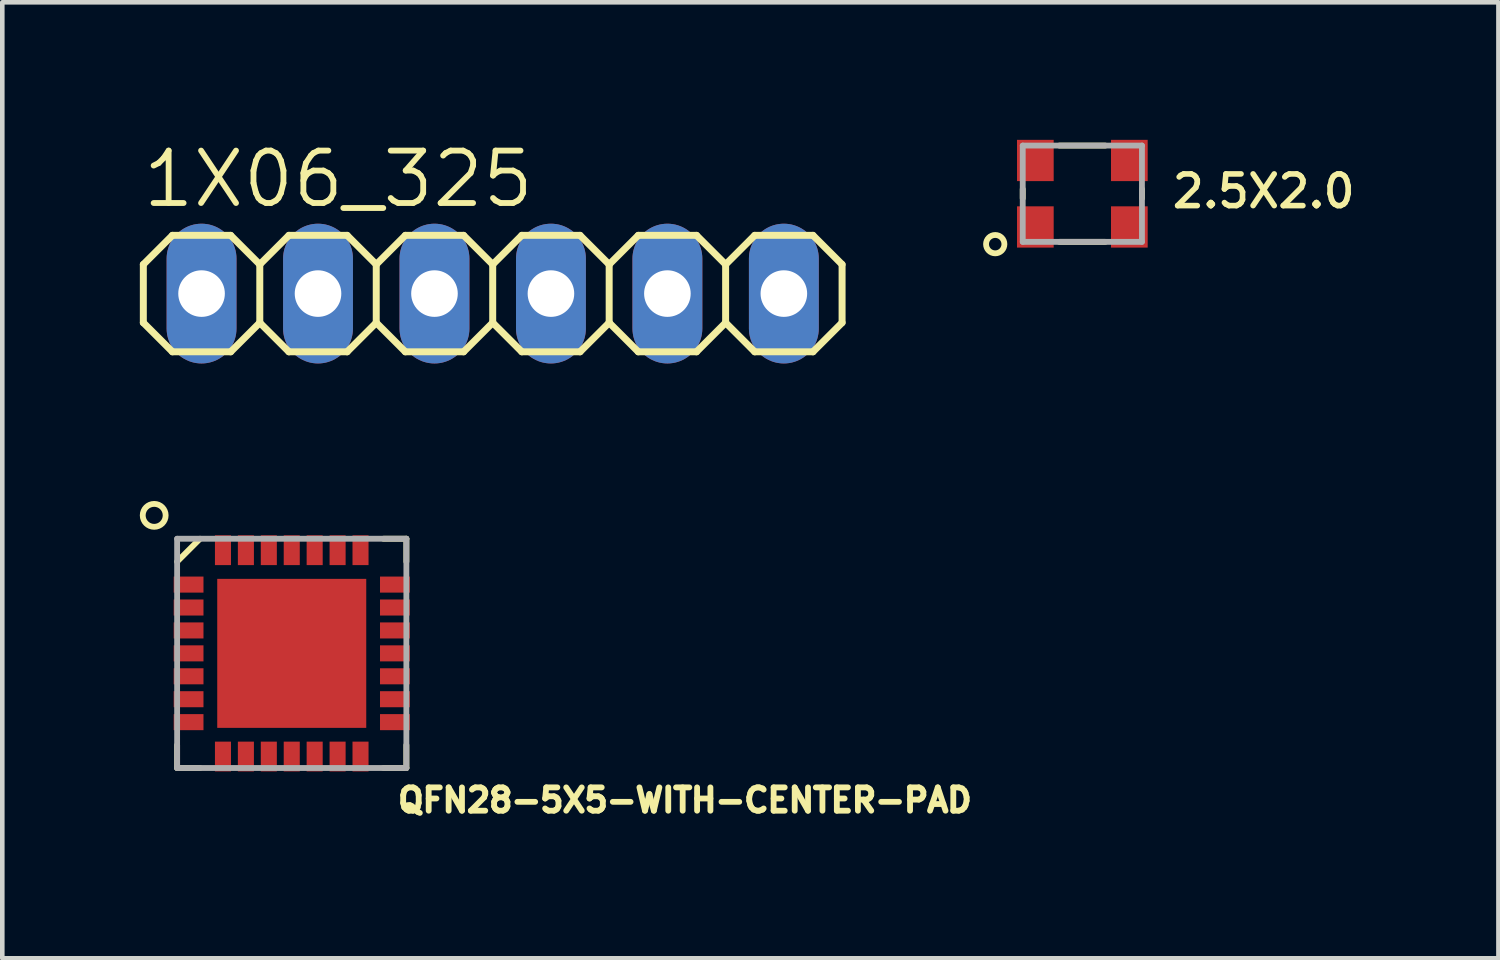
<source format=kicad_pcb>
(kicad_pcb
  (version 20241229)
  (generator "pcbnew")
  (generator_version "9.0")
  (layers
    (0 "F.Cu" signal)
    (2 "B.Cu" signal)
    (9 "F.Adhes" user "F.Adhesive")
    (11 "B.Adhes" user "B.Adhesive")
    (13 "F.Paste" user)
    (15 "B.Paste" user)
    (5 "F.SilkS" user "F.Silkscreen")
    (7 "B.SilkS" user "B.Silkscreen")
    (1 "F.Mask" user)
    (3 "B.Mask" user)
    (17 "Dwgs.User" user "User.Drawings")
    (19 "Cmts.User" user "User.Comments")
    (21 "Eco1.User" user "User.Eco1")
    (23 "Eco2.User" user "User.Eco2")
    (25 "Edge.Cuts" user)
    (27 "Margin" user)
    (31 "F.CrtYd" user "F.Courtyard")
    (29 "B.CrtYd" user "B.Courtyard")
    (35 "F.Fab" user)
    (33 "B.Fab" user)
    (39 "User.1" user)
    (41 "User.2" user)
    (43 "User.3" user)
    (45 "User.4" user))
  (footprint "QFN28-5X5-WITH-CENTER-PAD"
    (layer "F.Cu")
    (at 3.313 11.2)
    (property "Reference" "QFN28-5X5-WITH-CENTER-PAD" (at 2.25 3.5 0) (unlocked yes) (layer "F.SilkS") (effects (font (size 0.508 0.508) (thickness 0.127)) (justify left bottom)))
    (fp_line (start -2.5 -2) (end -2 -2.5) (stroke (width 0.127) (type solid)) (layer "F.SilkS"))
    (fp_line (start -2.5 2) (end -2.5 2.5) (stroke (width 0.127) (type solid)) (layer "F.SilkS"))
    (fp_line (start -2.5 2.5) (end -2 2.5) (stroke (width 0.127) (type solid)) (layer "F.SilkS"))
    (fp_line (start 2 -2.5) (end 2.5 -2.5) (stroke (width 0.127) (type solid)) (layer "F.SilkS"))
    (fp_line (start 2 2.5) (end 2.5 2.5) (stroke (width 0.127) (type solid)) (layer "F.SilkS"))
    (fp_line (start 2.5 -2.5) (end 2.5 -2) (stroke (width 0.127) (type solid)) (layer "F.SilkS"))
    (fp_line (start 2.5 2.5) (end 2.5 2) (stroke (width 0.127) (type solid)) (layer "F.SilkS"))
    (fp_circle (center -3 -3.01) (end -2.75 -3.01) (stroke (width 0.127) (type solid)) (fill no) (layer "F.SilkS"))
    (fp_poly (pts (xy -2.5 -1.35) (xy -2 -1.35) (xy -2 -1.65) (xy -2.5 -1.65)) (stroke (width 0) (type default)) (fill yes) (layer "F.Paste"))
    (fp_poly (pts (xy -2.5 -1.35) (xy -2 -1.35) (xy -2 -1.65) (xy -2.5 -1.65)) (stroke (width 0) (type default)) (fill yes) (layer "F.Paste"))
    (fp_poly (pts (xy -2.5 -0.85) (xy -2 -0.85) (xy -2 -1.15) (xy -2.5 -1.15)) (stroke (width 0) (type default)) (fill yes) (layer "F.Paste"))
    (fp_poly (pts (xy -2.5 -0.35) (xy -2 -0.35) (xy -2 -0.65) (xy -2.5 -0.65)) (stroke (width 0) (type default)) (fill yes) (layer "F.Paste"))
    (fp_poly (pts (xy -2.5 0.15) (xy -2 0.15) (xy -2 -0.15) (xy -2.5 -0.15)) (stroke (width 0) (type default)) (fill yes) (layer "F.Paste"))
    (fp_poly (pts (xy -2.5 0.65) (xy -2 0.65) (xy -2 0.35) (xy -2.5 0.35)) (stroke (width 0) (type default)) (fill yes) (layer "F.Paste"))
    (fp_poly (pts (xy -2.5 1.15) (xy -2 1.15) (xy -2 0.85) (xy -2.5 0.85)) (stroke (width 0) (type default)) (fill yes) (layer "F.Paste"))
    (fp_poly (pts (xy -2.5 1.65) (xy -2 1.65) (xy -2 1.35) (xy -2.5 1.35)) (stroke (width 0) (type default)) (fill yes) (layer "F.Paste"))
    (fp_poly (pts (xy -1.5 -0.6) (xy -0.6 -0.6) (xy -0.6 -1.5) (xy -1.5 -1.5)) (stroke (width 0) (type default)) (fill yes) (layer "F.Paste"))
    (fp_poly (pts (xy -1.5 1.5) (xy -0.6 1.5) (xy -0.6 0.6) (xy -1.5 0.6)) (stroke (width 0) (type default)) (fill yes) (layer "F.Paste"))
    (fp_poly (pts (xy -1.35 -2) (xy -1.35 -2.5) (xy -1.65 -2.5) (xy -1.65 -2)) (stroke (width 0) (type default)) (fill yes) (layer "F.Paste"))
    (fp_poly (pts (xy -1.35 2.5) (xy -1.35 2) (xy -1.65 2) (xy -1.65 2.5)) (stroke (width 0) (type default)) (fill yes) (layer "F.Paste"))
    (fp_poly (pts (xy -0.85 -2) (xy -0.85 -2.5) (xy -1.15 -2.5) (xy -1.15 -2)) (stroke (width 0) (type default)) (fill yes) (layer "F.Paste"))
    (fp_poly (pts (xy -0.85 2.5) (xy -0.85 2) (xy -1.15 2) (xy -1.15 2.5)) (stroke (width 0) (type default)) (fill yes) (layer "F.Paste"))
    (fp_poly (pts (xy -0.6 0.45) (xy -0.6 -0.45) (xy -1.5 -0.45) (xy -1.5 0.45)) (stroke (width 0) (type default)) (fill yes) (layer "F.Paste"))
    (fp_poly (pts (xy -0.45 -0.6) (xy 0.45 -0.6) (xy 0.45 -1.5) (xy -0.45 -1.5)) (stroke (width 0) (type default)) (fill yes) (layer "F.Paste"))
    (fp_poly (pts (xy -0.45 0.45) (xy 0.45 0.45) (xy 0.45 -0.45) (xy -0.45 -0.45)) (stroke (width 0) (type default)) (fill yes) (layer "F.Paste"))
    (fp_poly (pts (xy -0.35 -2) (xy -0.35 -2.5) (xy -0.65 -2.5) (xy -0.65 -2)) (stroke (width 0) (type default)) (fill yes) (layer "F.Paste"))
    (fp_poly (pts (xy -0.35 2.5) (xy -0.35 2) (xy -0.65 2) (xy -0.65 2.5)) (stroke (width 0) (type default)) (fill yes) (layer "F.Paste"))
    (fp_poly (pts (xy 0.15 -2) (xy 0.15 -2.5) (xy -0.15 -2.5) (xy -0.15 -2)) (stroke (width 0) (type default)) (fill yes) (layer "F.Paste"))
    (fp_poly (pts (xy 0.15 2.5) (xy 0.15 2) (xy -0.15 2) (xy -0.15 2.5)) (stroke (width 0) (type default)) (fill yes) (layer "F.Paste"))
    (fp_poly (pts (xy 0.45 0.6) (xy -0.45 0.6) (xy -0.45 1.5) (xy 0.45 1.5)) (stroke (width 0) (type default)) (fill yes) (layer "F.Paste"))
    (fp_poly (pts (xy 0.6 -0.6) (xy 1.5 -0.6) (xy 1.5 -1.5) (xy 0.6 -1.5)) (stroke (width 0) (type default)) (fill yes) (layer "F.Paste"))
    (fp_poly (pts (xy 0.6 -0.45) (xy 0.6 0.45) (xy 1.5 0.45) (xy 1.5 -0.45)) (stroke (width 0) (type default)) (fill yes) (layer "F.Paste"))
    (fp_poly (pts (xy 0.6 1.5) (xy 1.5 1.5) (xy 1.5 0.6) (xy 0.6 0.6)) (stroke (width 0) (type default)) (fill yes) (layer "F.Paste"))
    (fp_poly (pts (xy 0.65 -2) (xy 0.65 -2.5) (xy 0.35 -2.5) (xy 0.35 -2)) (stroke (width 0) (type default)) (fill yes) (layer "F.Paste"))
    (fp_poly (pts (xy 0.65 2.5) (xy 0.65 2) (xy 0.35 2) (xy 0.35 2.5)) (stroke (width 0) (type default)) (fill yes) (layer "F.Paste"))
    (fp_poly (pts (xy 1.15 -2) (xy 1.15 -2.5) (xy 0.85 -2.5) (xy 0.85 -2)) (stroke (width 0) (type default)) (fill yes) (layer "F.Paste"))
    (fp_poly (pts (xy 1.15 2.5) (xy 1.15 2) (xy 0.85 2) (xy 0.85 2.5)) (stroke (width 0) (type default)) (fill yes) (layer "F.Paste"))
    (fp_poly (pts (xy 1.65 -2) (xy 1.65 -2.5) (xy 1.35 -2.5) (xy 1.35 -2)) (stroke (width 0) (type default)) (fill yes) (layer "F.Paste"))
    (fp_poly (pts (xy 1.65 2.5) (xy 1.65 2) (xy 1.35 2) (xy 1.35 2.5)) (stroke (width 0) (type default)) (fill yes) (layer "F.Paste"))
    (fp_poly (pts (xy 2.5 -1.65) (xy 2 -1.65) (xy 2 -1.35) (xy 2.5 -1.35)) (stroke (width 0) (type default)) (fill yes) (layer "F.Paste"))
    (fp_poly (pts (xy 2.5 -1.15) (xy 2 -1.15) (xy 2 -0.85) (xy 2.5 -0.85)) (stroke (width 0) (type default)) (fill yes) (layer "F.Paste"))
    (fp_poly (pts (xy 2.5 -0.65) (xy 2 -0.65) (xy 2 -0.35) (xy 2.5 -0.35)) (stroke (width 0) (type default)) (fill yes) (layer "F.Paste"))
    (fp_poly (pts (xy 2.5 -0.15) (xy 2 -0.15) (xy 2 0.15) (xy 2.5 0.15)) (stroke (width 0) (type default)) (fill yes) (layer "F.Paste"))
    (fp_poly (pts (xy 2.5 0.35) (xy 2 0.35) (xy 2 0.65) (xy 2.5 0.65)) (stroke (width 0) (type default)) (fill yes) (layer "F.Paste"))
    (fp_poly (pts (xy 2.5 0.85) (xy 2 0.85) (xy 2 1.15) (xy 2.5 1.15)) (stroke (width 0) (type default)) (fill yes) (layer "F.Paste"))
    (fp_poly (pts (xy 2.5 1.35) (xy 2 1.35) (xy 2 1.65) (xy 2.5 1.65)) (stroke (width 0) (type default)) (fill yes) (layer "F.Paste"))
    (fp_line (start -2.5 -2.5) (end -2.5 2.5) (stroke (width 0.127) (type solid)) (layer "F.Fab"))
    (fp_line (start -2.5 2.5) (end 2.5 2.5) (stroke (width 0.127) (type solid)) (layer "F.Fab"))
    (fp_line (start 2.5 -2.5) (end -2.5 -2.5) (stroke (width 0.127) (type solid)) (layer "F.Fab"))
    (fp_line (start 2.5 2.5) (end 2.5 -2.5) (stroke (width 0.127) (type solid)) (layer "F.Fab"))
    (pad "1" smd rect (at -2.25 -1.5 90) (size 0.35 0.65) (layers "F.Cu" "F.Mask"))
    (pad "2" smd rect (at -2.25 -1 90) (size 0.35 0.65) (layers "F.Cu" "F.Mask"))
    (pad "3" smd rect (at -2.25 -0.5 90) (size 0.35 0.65) (layers "F.Cu" "F.Mask"))
    (pad "4" smd rect (at -2.25 0 90) (size 0.35 0.65) (layers "F.Cu" "F.Mask"))
    (pad "5" smd rect (at -2.25 0.5 90) (size 0.35 0.65) (layers "F.Cu" "F.Mask"))
    (pad "6" smd rect (at -2.25 1 90) (size 0.35 0.65) (layers "F.Cu" "F.Mask"))
    (pad "7" smd rect (at -2.25 1.5 90) (size 0.35 0.65) (layers "F.Cu" "F.Mask"))
    (pad "8" smd rect (at -1.5 2.25 180) (size 0.35 0.65) (layers "F.Cu" "F.Mask"))
    (pad "9" smd rect (at -1 2.25 180) (size 0.35 0.65) (layers "F.Cu" "F.Mask"))
    (pad "10" smd rect (at -0.5 2.25 180) (size 0.35 0.65) (layers "F.Cu" "F.Mask"))
    (pad "11" smd rect (at 0 2.25 180) (size 0.35 0.65) (layers "F.Cu" "F.Mask"))
    (pad "12" smd rect (at 0.5 2.25 180) (size 0.35 0.65) (layers "F.Cu" "F.Mask"))
    (pad "13" smd rect (at 1 2.25 180) (size 0.35 0.65) (layers "F.Cu" "F.Mask"))
    (pad "14" smd rect (at 1.5 2.25 180) (size 0.35 0.65) (layers "F.Cu" "F.Mask"))
    (pad "15" smd rect (at 2.25 1.5 270) (size 0.35 0.65) (layers "F.Cu" "F.Mask"))
    (pad "16" smd rect (at 2.25 1 270) (size 0.35 0.65) (layers "F.Cu" "F.Mask"))
    (pad "17" smd rect (at 2.25 0.5 270) (size 0.35 0.65) (layers "F.Cu" "F.Mask"))
    (pad "18" smd rect (at 2.25 0 270) (size 0.35 0.65) (layers "F.Cu" "F.Mask"))
    (pad "19" smd rect (at 2.25 -0.5 270) (size 0.35 0.65) (layers "F.Cu" "F.Mask"))
    (pad "20" smd rect (at 2.25 -1 270) (size 0.35 0.65) (layers "F.Cu" "F.Mask"))
    (pad "21" smd rect (at 2.25 -1.5 270) (size 0.35 0.65) (layers "F.Cu" "F.Mask"))
    (pad "22" smd rect (at 1.5 -2.25 180) (size 0.35 0.65) (layers "F.Cu" "F.Mask"))
    (pad "23" smd rect (at 1 -2.25 180) (size 0.35 0.65) (layers "F.Cu" "F.Mask"))
    (pad "24" smd rect (at 0.5 -2.25 180) (size 0.35 0.65) (layers "F.Cu" "F.Mask"))
    (pad "25" smd rect (at 0 -2.25 180) (size 0.35 0.65) (layers "F.Cu" "F.Mask"))
    (pad "26" smd rect (at -0.5 -2.25 180) (size 0.35 0.65) (layers "F.Cu" "F.Mask"))
    (pad "27" smd rect (at -1 -2.25 180) (size 0.35 0.65) (layers "F.Cu" "F.Mask"))
    (pad "28" smd rect (at -1.5 -2.25 180) (size 0.35 0.65) (layers "F.Cu" "F.Mask"))
    (pad "PAD" smd rect (at 0 0) (size 3.25 3.25) (layers "F.Cu" "F.Mask")))
  (footprint "1X06_325"
    (layer "F.Cu")
    (at 7.696 3.353)
    (property "Reference" "1X06_325" (at -7.696 -1.829 0) (unlocked yes) (layer "F.SilkS") (effects (font (size 1.143 1.143) (thickness 0.127)) (justify left bottom)))
    (fp_line (start -7.62 -0.635) (end -7.62 0.635) (stroke (width 0.152) (type solid)) (layer "F.SilkS"))
    (fp_line (start -7.62 0.635) (end -6.985 1.27) (stroke (width 0.152) (type solid)) (layer "F.SilkS"))
    (fp_line (start -6.985 -1.27) (end -7.62 -0.635) (stroke (width 0.152) (type solid)) (layer "F.SilkS"))
    (fp_line (start -6.985 -1.27) (end -5.715 -1.27) (stroke (width 0.152) (type solid)) (layer "F.SilkS"))
    (fp_line (start -5.715 -1.27) (end -5.08 -0.635) (stroke (width 0.152) (type solid)) (layer "F.SilkS"))
    (fp_line (start -5.715 1.27) (end -6.985 1.27) (stroke (width 0.152) (type solid)) (layer "F.SilkS"))
    (fp_line (start -5.08 -0.635) (end -5.08 0.635) (stroke (width 0.152) (type solid)) (layer "F.SilkS"))
    (fp_line (start -5.08 -0.635) (end -4.445 -1.27) (stroke (width 0.152) (type solid)) (layer "F.SilkS"))
    (fp_line (start -5.08 0.635) (end -5.715 1.27) (stroke (width 0.152) (type solid)) (layer "F.SilkS"))
    (fp_line (start -4.445 -1.27) (end -3.175 -1.27) (stroke (width 0.152) (type solid)) (layer "F.SilkS"))
    (fp_line (start -4.445 1.27) (end -5.08 0.635) (stroke (width 0.152) (type solid)) (layer "F.SilkS"))
    (fp_line (start -3.175 -1.27) (end -2.54 -0.635) (stroke (width 0.152) (type solid)) (layer "F.SilkS"))
    (fp_line (start -3.175 1.27) (end -4.445 1.27) (stroke (width 0.152) (type solid)) (layer "F.SilkS"))
    (fp_line (start -2.54 -0.635) (end -2.54 0.635) (stroke (width 0.152) (type solid)) (layer "F.SilkS"))
    (fp_line (start -2.54 -0.635) (end -1.905 -1.27) (stroke (width 0.152) (type solid)) (layer "F.SilkS"))
    (fp_line (start -2.54 0.635) (end -3.175 1.27) (stroke (width 0.152) (type solid)) (layer "F.SilkS"))
    (fp_line (start -1.905 -1.27) (end -0.635 -1.27) (stroke (width 0.152) (type solid)) (layer "F.SilkS"))
    (fp_line (start -1.905 1.27) (end -2.54 0.635) (stroke (width 0.152) (type solid)) (layer "F.SilkS"))
    (fp_line (start -0.635 -1.27) (end 0 -0.635) (stroke (width 0.152) (type solid)) (layer "F.SilkS"))
    (fp_line (start -0.635 1.27) (end -1.905 1.27) (stroke (width 0.152) (type solid)) (layer "F.SilkS"))
    (fp_line (start 0 -0.635) (end 0 0.635) (stroke (width 0.152) (type solid)) (layer "F.SilkS"))
    (fp_line (start 0 0.635) (end -0.635 1.27) (stroke (width 0.152) (type solid)) (layer "F.SilkS"))
    (fp_line (start 0 0.635) (end 0.635 1.27) (stroke (width 0.152) (type solid)) (layer "F.SilkS"))
    (fp_line (start 0.635 -1.27) (end 0 -0.635) (stroke (width 0.152) (type solid)) (layer "F.SilkS"))
    (fp_line (start 0.635 -1.27) (end 1.905 -1.27) (stroke (width 0.152) (type solid)) (layer "F.SilkS"))
    (fp_line (start 1.905 -1.27) (end 2.54 -0.635) (stroke (width 0.152) (type solid)) (layer "F.SilkS"))
    (fp_line (start 1.905 1.27) (end 0.635 1.27) (stroke (width 0.152) (type solid)) (layer "F.SilkS"))
    (fp_line (start 2.54 -0.635) (end 2.54 0.635) (stroke (width 0.152) (type solid)) (layer "F.SilkS"))
    (fp_line (start 2.54 -0.635) (end 3.175 -1.27) (stroke (width 0.152) (type solid)) (layer "F.SilkS"))
    (fp_line (start 2.54 0.635) (end 1.905 1.27) (stroke (width 0.152) (type solid)) (layer "F.SilkS"))
    (fp_line (start 3.175 -1.27) (end 4.445 -1.27) (stroke (width 0.152) (type solid)) (layer "F.SilkS"))
    (fp_line (start 3.175 1.27) (end 2.54 0.635) (stroke (width 0.152) (type solid)) (layer "F.SilkS"))
    (fp_line (start 4.445 -1.27) (end 5.08 -0.635) (stroke (width 0.152) (type solid)) (layer "F.SilkS"))
    (fp_line (start 4.445 1.27) (end 3.175 1.27) (stroke (width 0.152) (type solid)) (layer "F.SilkS"))
    (fp_line (start 5.08 -0.635) (end 5.08 0.635) (stroke (width 0.152) (type solid)) (layer "F.SilkS"))
    (fp_line (start 5.08 0.635) (end 4.445 1.27) (stroke (width 0.152) (type solid)) (layer "F.SilkS"))
    (fp_line (start 5.08 0.635) (end 5.715 1.27) (stroke (width 0.152) (type solid)) (layer "F.SilkS"))
    (fp_line (start 5.715 -1.27) (end 5.08 -0.635) (stroke (width 0.152) (type solid)) (layer "F.SilkS"))
    (fp_line (start 5.715 -1.27) (end 6.985 -1.27) (stroke (width 0.152) (type solid)) (layer "F.SilkS"))
    (fp_line (start 6.985 -1.27) (end 7.62 -0.635) (stroke (width 0.152) (type solid)) (layer "F.SilkS"))
    (fp_line (start 6.985 1.27) (end 5.715 1.27) (stroke (width 0.152) (type solid)) (layer "F.SilkS"))
    (fp_line (start 7.62 -0.635) (end 7.62 0.635) (stroke (width 0.152) (type solid)) (layer "F.SilkS"))
    (fp_line (start 7.62 0.635) (end 6.985 1.27) (stroke (width 0.152) (type solid)) (layer "F.SilkS"))
    (fp_poly (pts (xy -6.604 0.254) (xy -6.096 0.254) (xy -6.096 -0.254) (xy -6.604 -0.254)) (stroke (width 0.1) (type default)) (fill no) (layer "F.Fab"))
    (fp_poly (pts (xy -4.064 0.254) (xy -3.556 0.254) (xy -3.556 -0.254) (xy -4.064 -0.254)) (stroke (width 0.1) (type default)) (fill no) (layer "F.Fab"))
    (fp_poly (pts (xy -1.524 0.254) (xy -1.016 0.254) (xy -1.016 -0.254) (xy -1.524 -0.254)) (stroke (width 0.1) (type default)) (fill no) (layer "F.Fab"))
    (fp_poly (pts (xy 1.016 0.254) (xy 1.524 0.254) (xy 1.524 -0.254) (xy 1.016 -0.254)) (stroke (width 0.1) (type default)) (fill no) (layer "F.Fab"))
    (fp_poly (pts (xy 3.556 0.254) (xy 4.064 0.254) (xy 4.064 -0.254) (xy 3.556 -0.254)) (stroke (width 0.1) (type default)) (fill no) (layer "F.Fab"))
    (fp_poly (pts (xy 6.096 0.254) (xy 6.604 0.254) (xy 6.604 -0.254) (xy 6.096 -0.254)) (stroke (width 0.1) (type default)) (fill no) (layer "F.Fab"))
    (pad "1" thru_hole oval (at -6.35 0 90) (size 3.048 1.524) (drill 1.016) (layers "*.Cu" "*.Mask"))
    (pad "2" thru_hole oval (at -3.81 0 90) (size 3.048 1.524) (drill 1.016) (layers "*.Cu" "*.Mask"))
    (pad "3" thru_hole oval (at -1.27 0 90) (size 3.048 1.524) (drill 1.016) (layers "*.Cu" "*.Mask"))
    (pad "4" thru_hole oval (at 1.27 0 90) (size 3.048 1.524) (drill 1.016) (layers "*.Cu" "*.Mask"))
    (pad "5" thru_hole oval (at 3.81 0 90) (size 3.048 1.524) (drill 1.016) (layers "*.Cu" "*.Mask"))
    (pad "6" thru_hole oval (at 6.35 0 90) (size 3.048 1.524) (drill 1.016) (layers "*.Cu" "*.Mask")))
  (footprint "2.5X2.0"
    (layer "F.Cu")
    (at 20.556 1.175)
    (property "Reference" "2.5X2.0" (at 1.9 0.35 0) (unlocked yes) (layer "F.SilkS") (effects (font (size 0.691 0.691) (thickness 0.122)) (justify left bottom)))
    (fp_line (start -1.3 -0.1) (end -1.3 0.1) (stroke (width 0.127) (type solid)) (layer "F.SilkS"))
    (fp_line (start -0.5 -1.05) (end 0.5 -1.05) (stroke (width 0.127) (type solid)) (layer "F.SilkS"))
    (fp_line (start -0.5 1.05) (end 0.5 1.05) (stroke (width 0.127) (type solid)) (layer "F.SilkS"))
    (fp_line (start 1.3 -0.1) (end 1.3 0.1) (stroke (width 0.127) (type solid)) (layer "F.SilkS"))
    (fp_circle (center -1.9 1.1) (end -1.7 1.1) (stroke (width 0.127) (type solid)) (fill no) (layer "F.SilkS"))
    (fp_poly (pts (xy -1.3 -0.35) (xy -0.7 -0.35) (xy -0.7 -1.05) (xy -1.3 -1.05)) (stroke (width 0) (type default)) (fill yes) (layer "F.Paste"))
    (fp_poly (pts (xy -1.3 1.05) (xy -0.7 1.05) (xy -0.7 0.35) (xy -1.3 0.35)) (stroke (width 0) (type default)) (fill yes) (layer "F.Paste"))
    (fp_poly (pts (xy 0.7 -0.35) (xy 1.3 -0.35) (xy 1.3 -1.05) (xy 0.7 -1.05)) (stroke (width 0) (type default)) (fill yes) (layer "F.Paste"))
    (fp_poly (pts (xy 0.7 1.05) (xy 1.3 1.05) (xy 1.3 0.35) (xy 0.7 0.35)) (stroke (width 0) (type default)) (fill yes) (layer "F.Paste"))
    (fp_line (start -1.3 -1.05) (end 1.3 -1.05) (stroke (width 0.127) (type solid)) (layer "F.Fab"))
    (fp_line (start -1.3 1.05) (end -1.3 -1.05) (stroke (width 0.127) (type solid)) (layer "F.Fab"))
    (fp_line (start 1.3 -1.05) (end 1.3 1.05) (stroke (width 0.127) (type solid)) (layer "F.Fab"))
    (fp_line (start 1.3 1.05) (end -1.3 1.05) (stroke (width 0.127) (type solid)) (layer "F.Fab"))
    (pad "1" smd rect (at -1.025 0.725) (size 0.8 0.9) (layers "F.Cu" "F.Mask"))
    (pad "2" smd rect (at 1.025 0.725) (size 0.8 0.9) (layers "F.Cu" "F.Mask"))
    (pad "3" smd rect (at 1.025 -0.725) (size 0.8 0.9) (layers "F.Cu" "F.Mask"))
    (pad "4" smd rect (at -1.025 -0.725) (size 0.8 0.9) (layers "F.Cu" "F.Mask")))
  (gr_rect
    (start -3 -3)
    (end 29.631 17.851)
    (stroke (width 0.1) (type default))
    (fill no)
    (layer "Edge.Cuts")))
</source>
